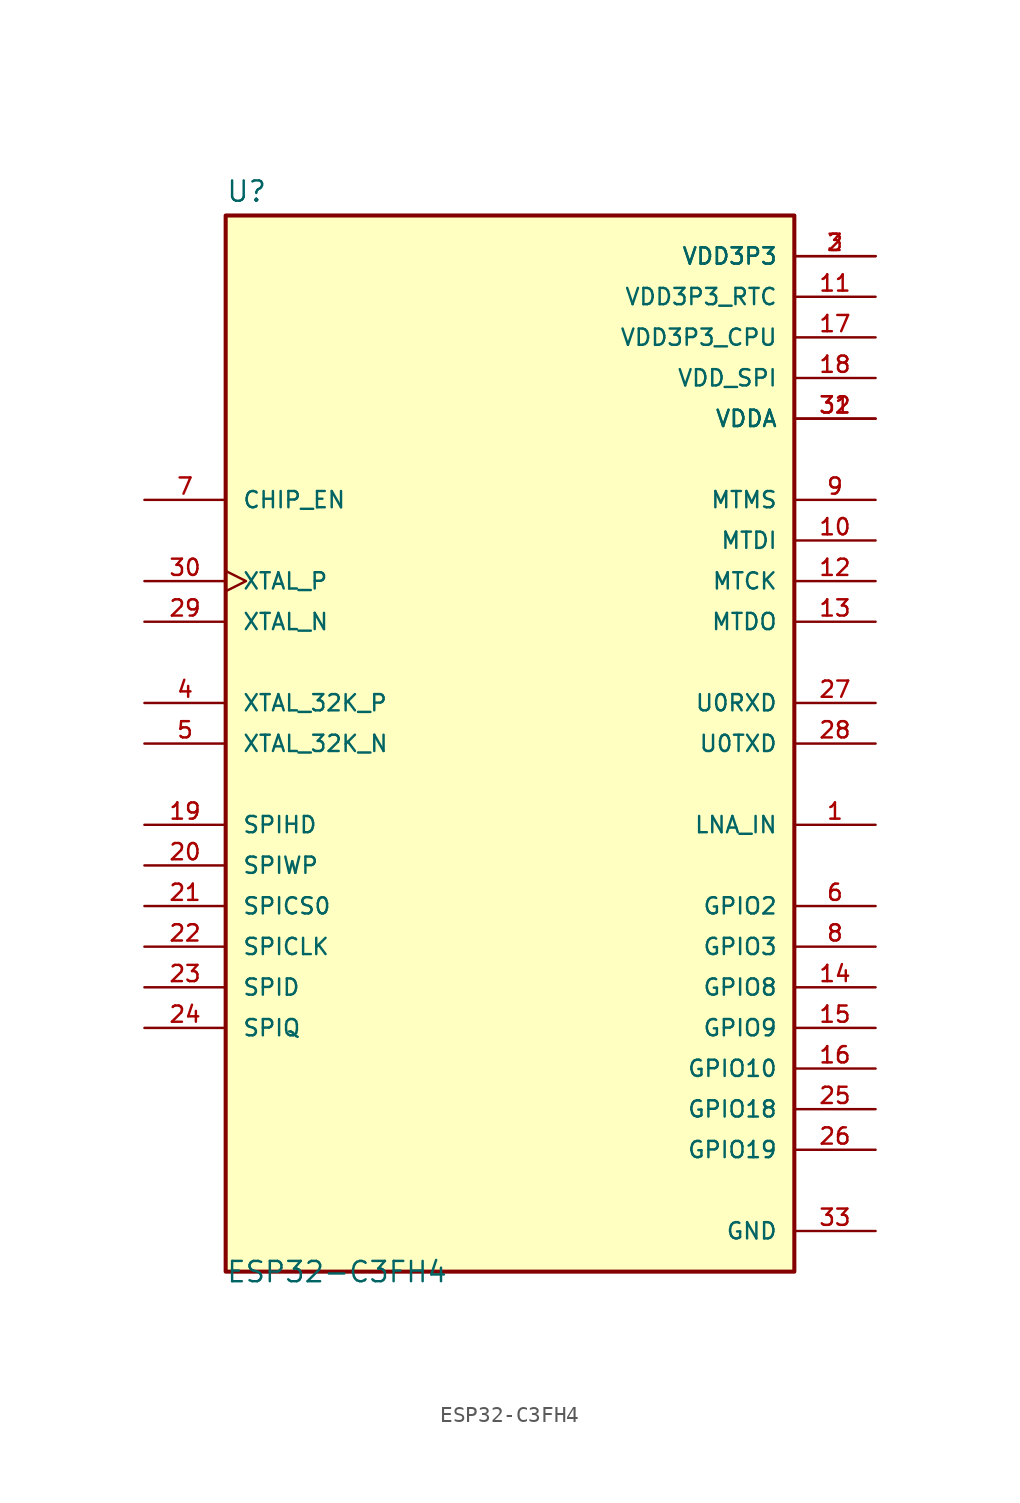
<source format=kicad_sym>
(kicad_symbol_lib
  (version 20211014)
  (generator kicad_symbol_editor)
  (symbol "ESP32-C3FH4"
    (pin_names
      (offset 1.016))
    (property "Reference" "U"
      (at -17.78 33.782 0)
      (effects (font (size 1.27 1.27)) (justify left bottom)))
    (property "Value" "ESP32-C3FH4"
      (at -17.78 -33.782 0)
      (effects (font (size 1.27 1.27)) (justify left bottom)))
    (property "ki_locked" ""
      (at 0 0 0)
      (effects (font (size 1.27 1.27))))
    (symbol "ESP32-C3FH4_0_0"
      (rectangle (start -17.78 -33.02) (end 17.78 33.02) (stroke (width 0.254) (type default) (color 0 0 0 0)) (fill (type background)))
      (pin bidirectional line (at 22.86 -5.08 180) (length 5.08) (name "LNA_IN" (effects (font (size 1.016 1.016)))) (number "1" (effects (font (size 1.016 1.016)))))
      (pin bidirectional line (at 22.86 12.7 180) (length 5.08) (name "MTDI" (effects (font (size 1.016 1.016)))) (number "10" (effects (font (size 1.016 1.016)))))
      (pin power_in line (at 22.86 27.94 180) (length 5.08) (name "VDD3P3_RTC" (effects (font (size 1.016 1.016)))) (number "11" (effects (font (size 1.016 1.016)))))
      (pin bidirectional line (at 22.86 10.16 180) (length 5.08) (name "MTCK" (effects (font (size 1.016 1.016)))) (number "12" (effects (font (size 1.016 1.016)))))
      (pin bidirectional line (at 22.86 7.62 180) (length 5.08) (name "MTDO" (effects (font (size 1.016 1.016)))) (number "13" (effects (font (size 1.016 1.016)))))
      (pin bidirectional line (at 22.86 -15.24 180) (length 5.08) (name "GPIO8" (effects (font (size 1.016 1.016)))) (number "14" (effects (font (size 1.016 1.016)))))
      (pin bidirectional line (at 22.86 -17.78 180) (length 5.08) (name "GPIO9" (effects (font (size 1.016 1.016)))) (number "15" (effects (font (size 1.016 1.016)))))
      (pin bidirectional line (at 22.86 -20.32 180) (length 5.08) (name "GPIO10" (effects (font (size 1.016 1.016)))) (number "16" (effects (font (size 1.016 1.016)))))
      (pin power_in line (at 22.86 25.4 180) (length 5.08) (name "VDD3P3_CPU" (effects (font (size 1.016 1.016)))) (number "17" (effects (font (size 1.016 1.016)))))
      (pin power_in line (at 22.86 22.86 180) (length 5.08) (name "VDD_SPI" (effects (font (size 1.016 1.016)))) (number "18" (effects (font (size 1.016 1.016)))))
      (pin bidirectional line (at -22.86 -5.08 0) (length 5.08) (name "SPIHD" (effects (font (size 1.016 1.016)))) (number "19" (effects (font (size 1.016 1.016)))))
      (pin power_in line (at 22.86 30.48 180) (length 5.08) (name "VDD3P3" (effects (font (size 1.016 1.016)))) (number "2" (effects (font (size 1.016 1.016)))))
      (pin bidirectional line (at -22.86 -7.62 0) (length 5.08) (name "SPIWP" (effects (font (size 1.016 1.016)))) (number "20" (effects (font (size 1.016 1.016)))))
      (pin bidirectional line (at -22.86 -10.16 0) (length 5.08) (name "SPICS0" (effects (font (size 1.016 1.016)))) (number "21" (effects (font (size 1.016 1.016)))))
      (pin bidirectional line (at -22.86 -12.7 0) (length 5.08) (name "SPICLK" (effects (font (size 1.016 1.016)))) (number "22" (effects (font (size 1.016 1.016)))))
      (pin bidirectional line (at -22.86 -15.24 0) (length 5.08) (name "SPID" (effects (font (size 1.016 1.016)))) (number "23" (effects (font (size 1.016 1.016)))))
      (pin bidirectional line (at -22.86 -17.78 0) (length 5.08) (name "SPIQ" (effects (font (size 1.016 1.016)))) (number "24" (effects (font (size 1.016 1.016)))))
      (pin bidirectional line (at 22.86 -22.86 180) (length 5.08) (name "GPIO18" (effects (font (size 1.016 1.016)))) (number "25" (effects (font (size 1.016 1.016)))))
      (pin bidirectional line (at 22.86 -25.4 180) (length 5.08) (name "GPIO19" (effects (font (size 1.016 1.016)))) (number "26" (effects (font (size 1.016 1.016)))))
      (pin bidirectional line (at 22.86 2.54 180) (length 5.08) (name "U0RXD" (effects (font (size 1.016 1.016)))) (number "27" (effects (font (size 1.016 1.016)))))
      (pin bidirectional line (at 22.86 0 180) (length 5.08) (name "U0TXD" (effects (font (size 1.016 1.016)))) (number "28" (effects (font (size 1.016 1.016)))))
      (pin output line (at -22.86 7.62 0) (length 5.08) (name "XTAL_N" (effects (font (size 1.016 1.016)))) (number "29" (effects (font (size 1.016 1.016)))))
      (pin power_in line (at 22.86 30.48 180) (length 5.08) (name "VDD3P3" (effects (font (size 1.016 1.016)))) (number "3" (effects (font (size 1.016 1.016)))))
      (pin input clock (at -22.86 10.16 0) (length 5.08) (name "XTAL_P" (effects (font (size 1.016 1.016)))) (number "30" (effects (font (size 1.016 1.016)))))
      (pin power_in line (at 22.86 20.32 180) (length 5.08) (name "VDDA" (effects (font (size 1.016 1.016)))) (number "31" (effects (font (size 1.016 1.016)))))
      (pin power_in line (at 22.86 20.32 180) (length 5.08) (name "VDDA" (effects (font (size 1.016 1.016)))) (number "32" (effects (font (size 1.016 1.016)))))
      (pin power_in line (at 22.86 -30.48 180) (length 5.08) (name "GND" (effects (font (size 1.016 1.016)))) (number "33" (effects (font (size 1.016 1.016)))))
      (pin bidirectional line (at -22.86 2.54 0) (length 5.08) (name "XTAL_32K_P" (effects (font (size 1.016 1.016)))) (number "4" (effects (font (size 1.016 1.016)))))
      (pin bidirectional line (at -22.86 0 0) (length 5.08) (name "XTAL_32K_N" (effects (font (size 1.016 1.016)))) (number "5" (effects (font (size 1.016 1.016)))))
      (pin bidirectional line (at 22.86 -10.16 180) (length 5.08) (name "GPIO2" (effects (font (size 1.016 1.016)))) (number "6" (effects (font (size 1.016 1.016)))))
      (pin input line (at -22.86 15.24 0) (length 5.08) (name "CHIP_EN" (effects (font (size 1.016 1.016)))) (number "7" (effects (font (size 1.016 1.016)))))
      (pin bidirectional line (at 22.86 -12.7 180) (length 5.08) (name "GPIO3" (effects (font (size 1.016 1.016)))) (number "8" (effects (font (size 1.016 1.016)))))
      (pin bidirectional line (at 22.86 15.24 180) (length 5.08) (name "MTMS" (effects (font (size 1.016 1.016)))) (number "9" (effects (font (size 1.016 1.016))))))))
</source>
